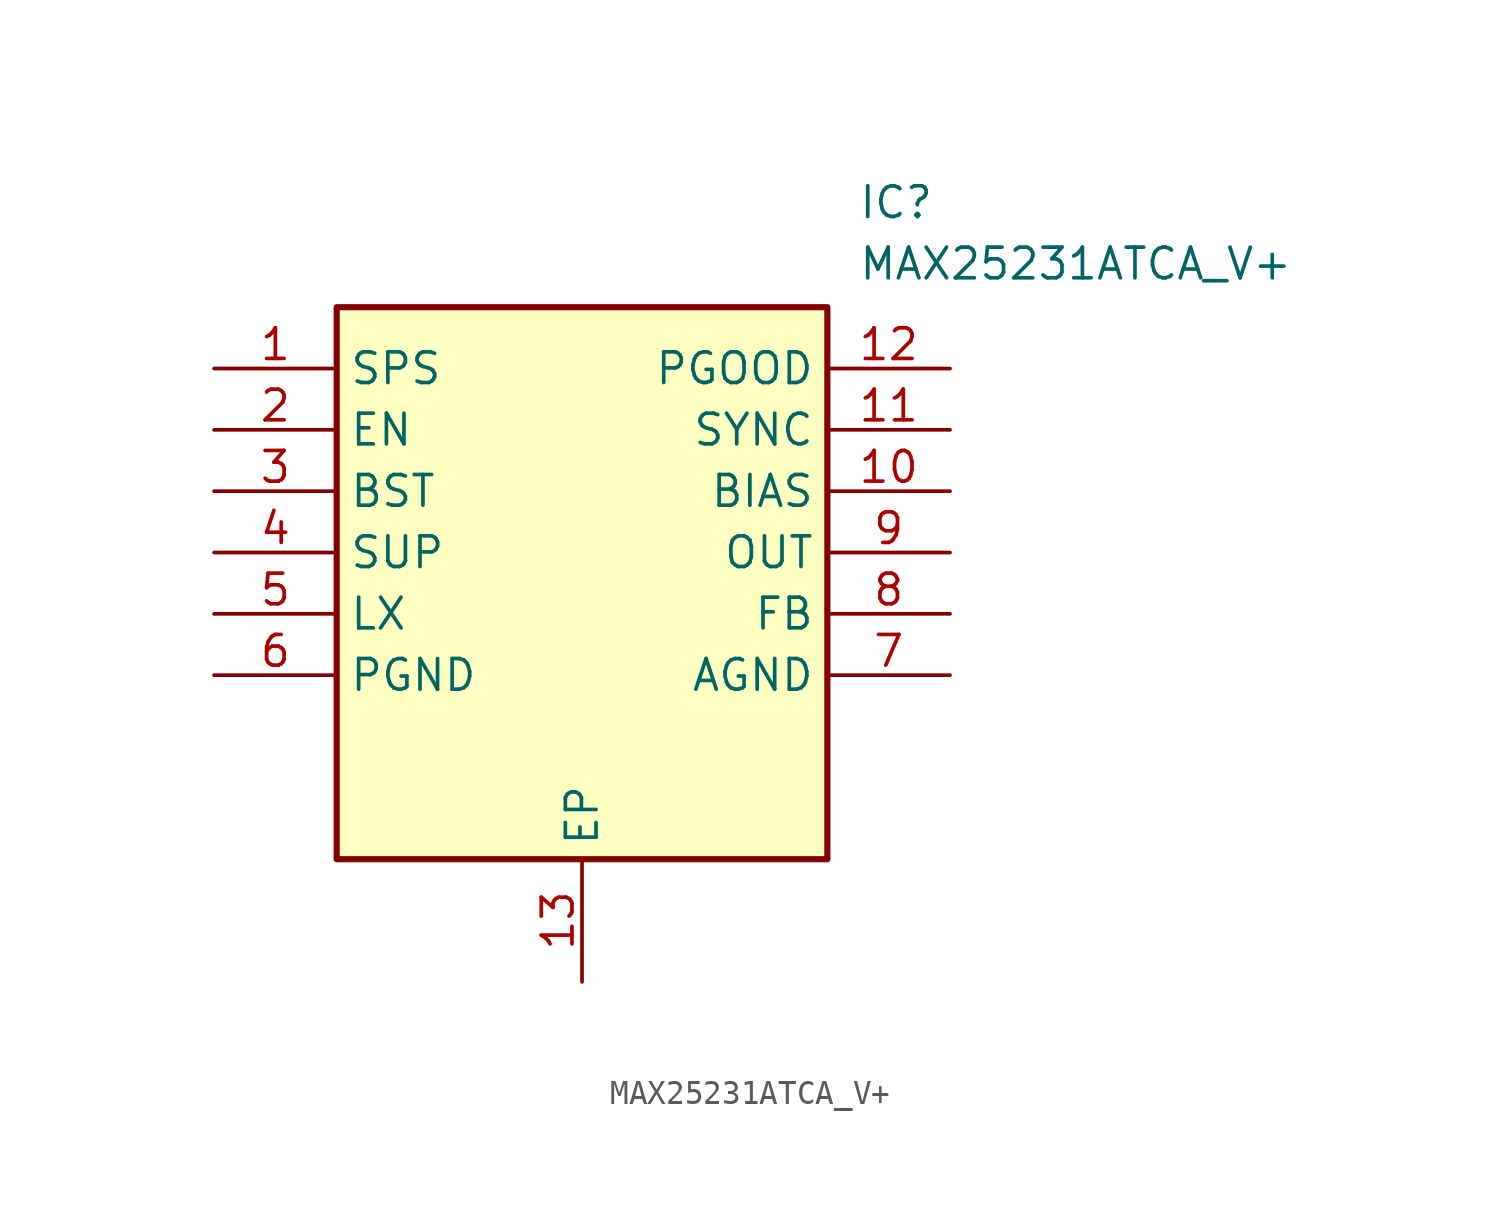
<source format=kicad_sym>
(kicad_symbol_lib
  (version 20211014)
  (generator SamacSys_ECAD_Model)
  (symbol "MAX25231ATCA_V+"
    (property "Reference" "IC"
      (at 26.67 7.62 0)
      (effects (font (size 1.27 1.27)) (justify left top)))
    (property "Value" "MAX25231ATCA_V+"
      (at 26.67 5.08 0)
      (effects (font (size 1.27 1.27)) (justify left top)))
    (rectangle
      (start 5.08 2.54)
      (end 25.4 -20.32)
      (stroke (width 0.254) (type default))
      (fill (type background)))
    (pin passive line
      (at 0 0 0)
      (length 5.08)
      (name "SPS" (effects (font (size 1.27 1.27))))
      (number "1" (effects (font (size 1.27 1.27)))))
    (pin passive line
      (at 0 -2.54 0)
      (length 5.08)
      (name "EN" (effects (font (size 1.27 1.27))))
      (number "2" (effects (font (size 1.27 1.27)))))
    (pin passive line
      (at 0 -5.08 0)
      (length 5.08)
      (name "BST" (effects (font (size 1.27 1.27))))
      (number "3" (effects (font (size 1.27 1.27)))))
    (pin passive line
      (at 0 -7.62 0)
      (length 5.08)
      (name "SUP" (effects (font (size 1.27 1.27))))
      (number "4" (effects (font (size 1.27 1.27)))))
    (pin passive line
      (at 0 -10.16 0)
      (length 5.08)
      (name "LX" (effects (font (size 1.27 1.27))))
      (number "5" (effects (font (size 1.27 1.27)))))
    (pin passive line
      (at 0 -12.7 0)
      (length 5.08)
      (name "PGND" (effects (font (size 1.27 1.27))))
      (number "6" (effects (font (size 1.27 1.27)))))
    (pin passive line
      (at 15.24 -25.4 90)
      (length 5.08)
      (name "EP" (effects (font (size 1.27 1.27))))
      (number "13" (effects (font (size 1.27 1.27)))))
    (pin passive line
      (at 30.48 0 180)
      (length 5.08)
      (name "PGOOD" (effects (font (size 1.27 1.27))))
      (number "12" (effects (font (size 1.27 1.27)))))
    (pin passive line
      (at 30.48 -2.54 180)
      (length 5.08)
      (name "SYNC" (effects (font (size 1.27 1.27))))
      (number "11" (effects (font (size 1.27 1.27)))))
    (pin passive line
      (at 30.48 -5.08 180)
      (length 5.08)
      (name "BIAS" (effects (font (size 1.27 1.27))))
      (number "10" (effects (font (size 1.27 1.27)))))
    (pin passive line
      (at 30.48 -7.62 180)
      (length 5.08)
      (name "OUT" (effects (font (size 1.27 1.27))))
      (number "9" (effects (font (size 1.27 1.27)))))
    (pin passive line
      (at 30.48 -10.16 180)
      (length 5.08)
      (name "FB" (effects (font (size 1.27 1.27))))
      (number "8" (effects (font (size 1.27 1.27)))))
    (pin passive line
      (at 30.48 -12.7 180)
      (length 5.08)
      (name "AGND" (effects (font (size 1.27 1.27))))
      (number "7" (effects (font (size 1.27 1.27)))))))
</source>
